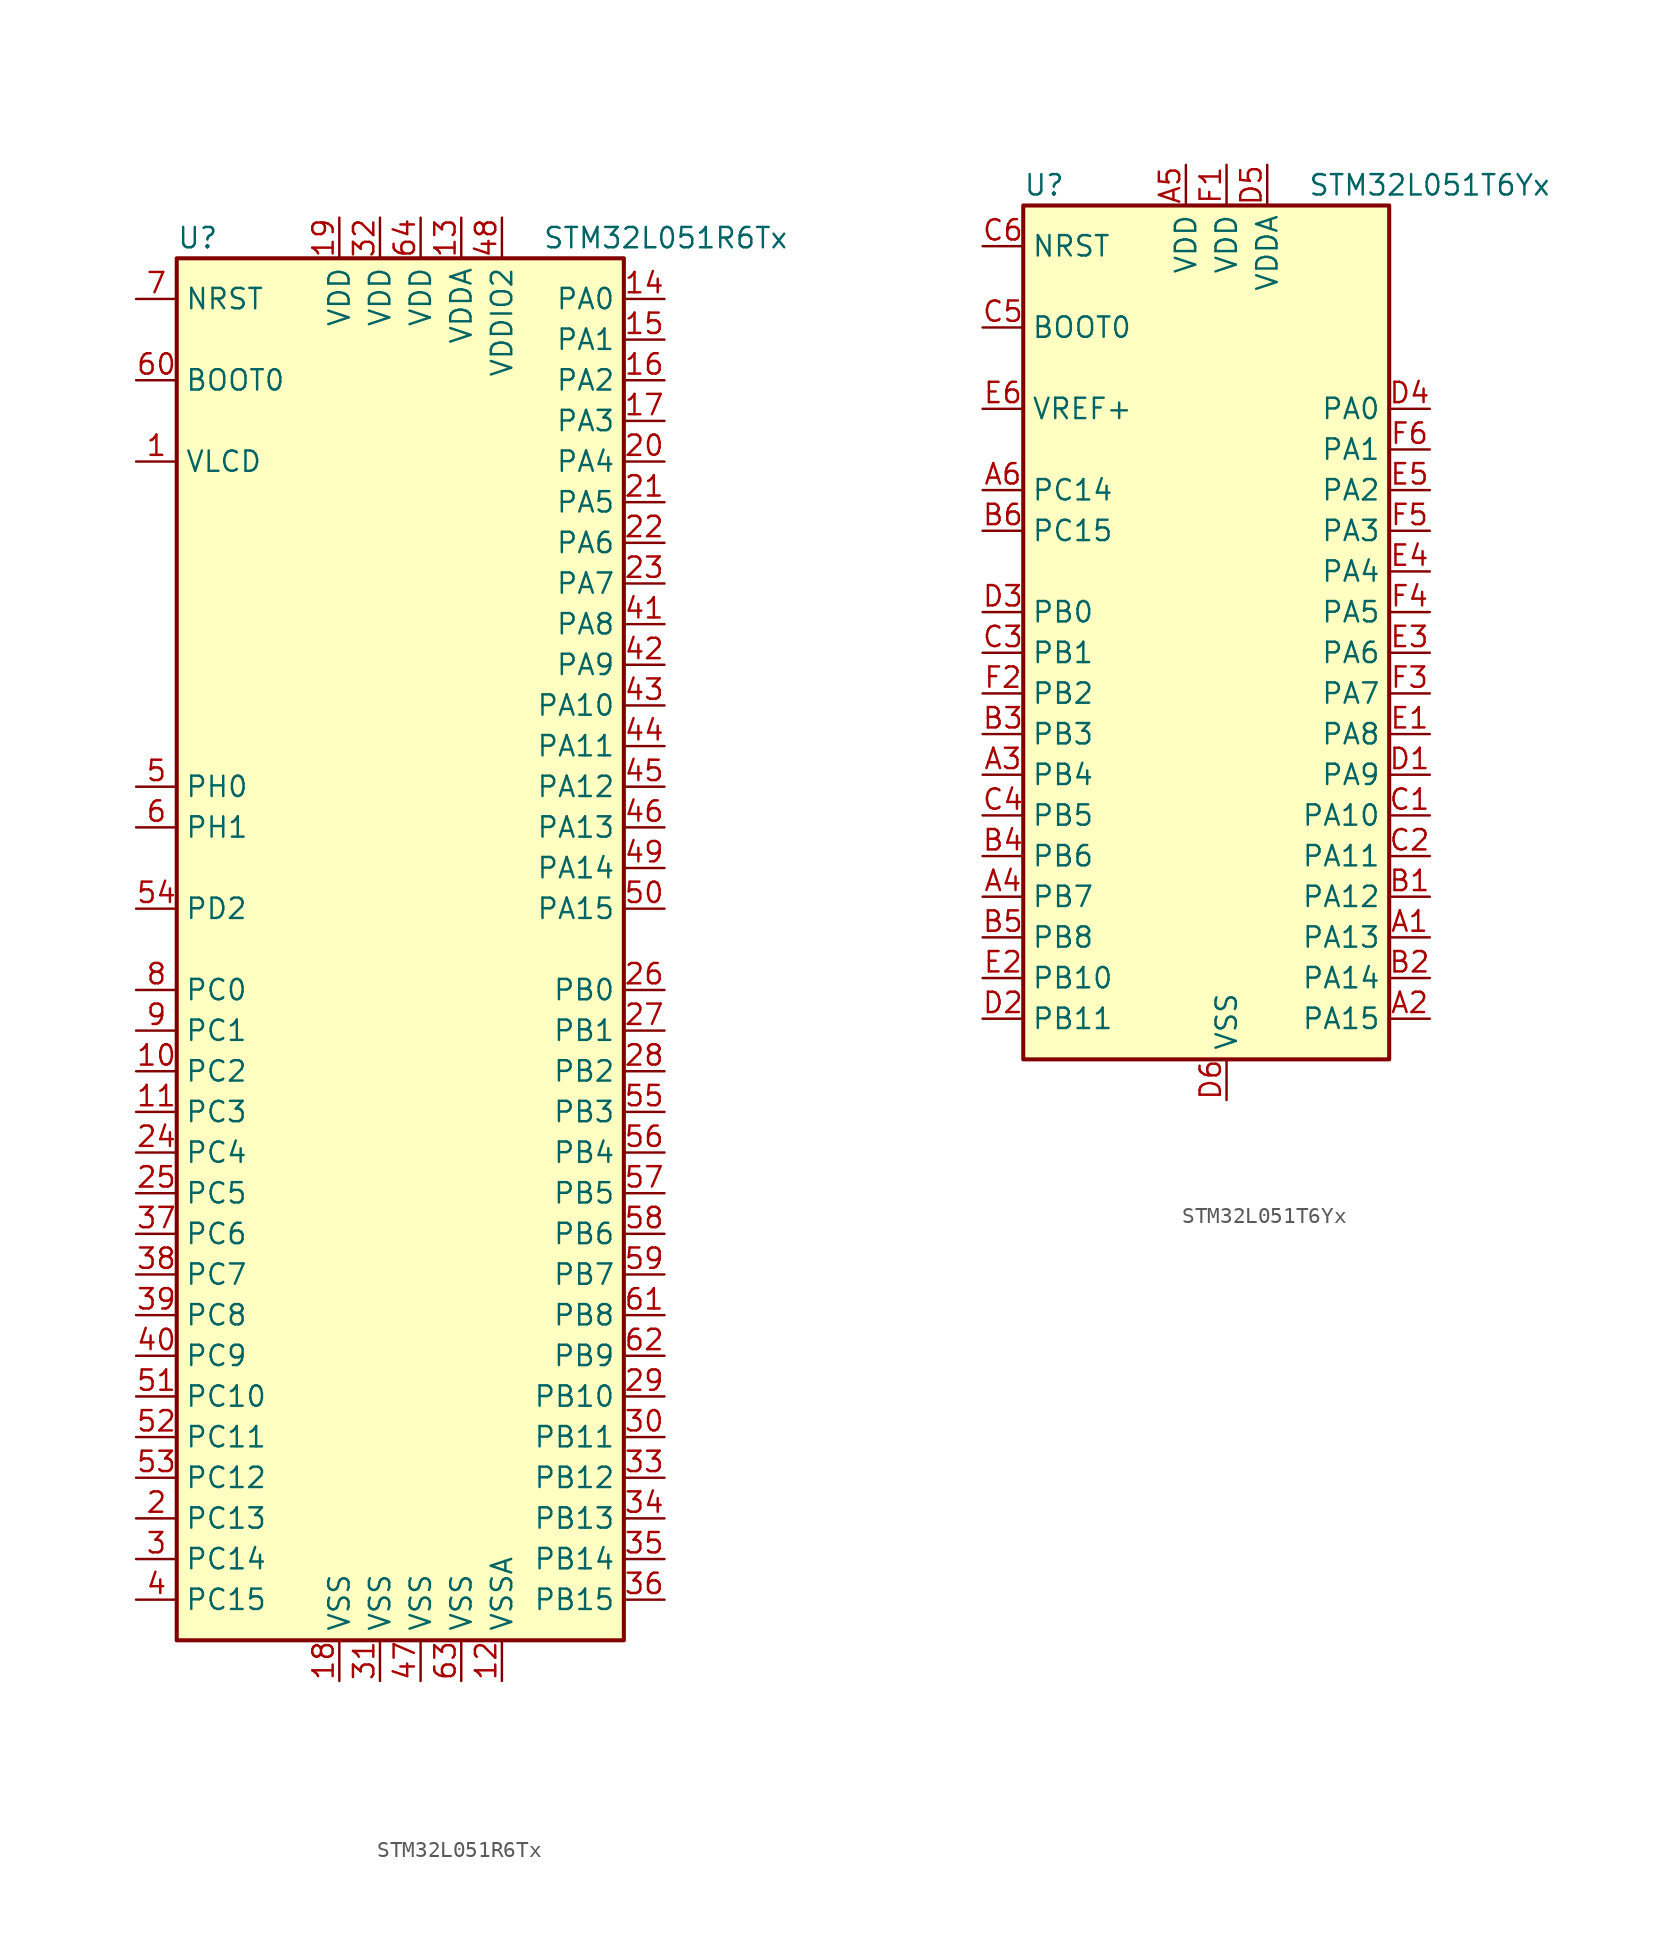
<source format=kicad_sym>
(kicad_symbol_lib
  (version 20211014)
  (generator kicad_symbol_editor)
  (symbol "STM32L051R6Tx"
    (property "Reference" "U"
      (at -15.24 44.45 0)
      (effects (font (size 1.27 1.27)) (justify left)))
    (property "Value" "STM32L051R6Tx"
      (at 7.62 44.45 0)
      (effects (font (size 1.27 1.27)) (justify left)))
    (symbol "STM32L051R6Tx_0_1"
      (rectangle (start -15.24 -43.18) (end 12.7 43.18) (stroke (width 0.254) (type default) (color 0 0 0 0)) (fill (type background))))
    (symbol "STM32L051R6Tx_1_1"
      (pin power_in line (at -17.78 30.48 0) (length 2.54) (name "VLCD" (effects (font (size 1.27 1.27)))) (number "1" (effects (font (size 1.27 1.27)))))
      (pin bidirectional line (at -17.78 -7.62 0) (length 2.54) (name "PC2" (effects (font (size 1.27 1.27)))) (number "10" (effects (font (size 1.27 1.27)))))
      (pin bidirectional line (at -17.78 -10.16 0) (length 2.54) (name "PC3" (effects (font (size 1.27 1.27)))) (number "11" (effects (font (size 1.27 1.27)))))
      (pin power_in line (at 5.08 -45.72 90) (length 2.54) (name "VSSA" (effects (font (size 1.27 1.27)))) (number "12" (effects (font (size 1.27 1.27)))))
      (pin power_in line (at 2.54 45.72 270) (length 2.54) (name "VDDA" (effects (font (size 1.27 1.27)))) (number "13" (effects (font (size 1.27 1.27)))))
      (pin bidirectional line (at 15.24 40.64 180) (length 2.54) (name "PA0" (effects (font (size 1.27 1.27)))) (number "14" (effects (font (size 1.27 1.27)))))
      (pin bidirectional line (at 15.24 38.1 180) (length 2.54) (name "PA1" (effects (font (size 1.27 1.27)))) (number "15" (effects (font (size 1.27 1.27)))))
      (pin bidirectional line (at 15.24 35.56 180) (length 2.54) (name "PA2" (effects (font (size 1.27 1.27)))) (number "16" (effects (font (size 1.27 1.27)))))
      (pin bidirectional line (at 15.24 33.02 180) (length 2.54) (name "PA3" (effects (font (size 1.27 1.27)))) (number "17" (effects (font (size 1.27 1.27)))))
      (pin power_in line (at -5.08 -45.72 90) (length 2.54) (name "VSS" (effects (font (size 1.27 1.27)))) (number "18" (effects (font (size 1.27 1.27)))))
      (pin power_in line (at -5.08 45.72 270) (length 2.54) (name "VDD" (effects (font (size 1.27 1.27)))) (number "19" (effects (font (size 1.27 1.27)))))
      (pin bidirectional line (at -17.78 -35.56 0) (length 2.54) (name "PC13" (effects (font (size 1.27 1.27)))) (number "2" (effects (font (size 1.27 1.27)))))
      (pin bidirectional line (at 15.24 30.48 180) (length 2.54) (name "PA4" (effects (font (size 1.27 1.27)))) (number "20" (effects (font (size 1.27 1.27)))))
      (pin bidirectional line (at 15.24 27.94 180) (length 2.54) (name "PA5" (effects (font (size 1.27 1.27)))) (number "21" (effects (font (size 1.27 1.27)))))
      (pin bidirectional line (at 15.24 25.4 180) (length 2.54) (name "PA6" (effects (font (size 1.27 1.27)))) (number "22" (effects (font (size 1.27 1.27)))))
      (pin bidirectional line (at 15.24 22.86 180) (length 2.54) (name "PA7" (effects (font (size 1.27 1.27)))) (number "23" (effects (font (size 1.27 1.27)))))
      (pin bidirectional line (at -17.78 -12.7 0) (length 2.54) (name "PC4" (effects (font (size 1.27 1.27)))) (number "24" (effects (font (size 1.27 1.27)))))
      (pin bidirectional line (at -17.78 -15.24 0) (length 2.54) (name "PC5" (effects (font (size 1.27 1.27)))) (number "25" (effects (font (size 1.27 1.27)))))
      (pin bidirectional line (at 15.24 -2.54 180) (length 2.54) (name "PB0" (effects (font (size 1.27 1.27)))) (number "26" (effects (font (size 1.27 1.27)))))
      (pin bidirectional line (at 15.24 -5.08 180) (length 2.54) (name "PB1" (effects (font (size 1.27 1.27)))) (number "27" (effects (font (size 1.27 1.27)))))
      (pin bidirectional line (at 15.24 -7.62 180) (length 2.54) (name "PB2" (effects (font (size 1.27 1.27)))) (number "28" (effects (font (size 1.27 1.27)))))
      (pin bidirectional line (at 15.24 -27.94 180) (length 2.54) (name "PB10" (effects (font (size 1.27 1.27)))) (number "29" (effects (font (size 1.27 1.27)))))
      (pin bidirectional line (at -17.78 -38.1 0) (length 2.54) (name "PC14" (effects (font (size 1.27 1.27)))) (number "3" (effects (font (size 1.27 1.27)))))
      (pin bidirectional line (at 15.24 -30.48 180) (length 2.54) (name "PB11" (effects (font (size 1.27 1.27)))) (number "30" (effects (font (size 1.27 1.27)))))
      (pin power_in line (at -2.54 -45.72 90) (length 2.54) (name "VSS" (effects (font (size 1.27 1.27)))) (number "31" (effects (font (size 1.27 1.27)))))
      (pin power_in line (at -2.54 45.72 270) (length 2.54) (name "VDD" (effects (font (size 1.27 1.27)))) (number "32" (effects (font (size 1.27 1.27)))))
      (pin bidirectional line (at 15.24 -33.02 180) (length 2.54) (name "PB12" (effects (font (size 1.27 1.27)))) (number "33" (effects (font (size 1.27 1.27)))))
      (pin bidirectional line (at 15.24 -35.56 180) (length 2.54) (name "PB13" (effects (font (size 1.27 1.27)))) (number "34" (effects (font (size 1.27 1.27)))))
      (pin bidirectional line (at 15.24 -38.1 180) (length 2.54) (name "PB14" (effects (font (size 1.27 1.27)))) (number "35" (effects (font (size 1.27 1.27)))))
      (pin bidirectional line (at 15.24 -40.64 180) (length 2.54) (name "PB15" (effects (font (size 1.27 1.27)))) (number "36" (effects (font (size 1.27 1.27)))))
      (pin bidirectional line (at -17.78 -17.78 0) (length 2.54) (name "PC6" (effects (font (size 1.27 1.27)))) (number "37" (effects (font (size 1.27 1.27)))))
      (pin bidirectional line (at -17.78 -20.32 0) (length 2.54) (name "PC7" (effects (font (size 1.27 1.27)))) (number "38" (effects (font (size 1.27 1.27)))))
      (pin bidirectional line (at -17.78 -22.86 0) (length 2.54) (name "PC8" (effects (font (size 1.27 1.27)))) (number "39" (effects (font (size 1.27 1.27)))))
      (pin bidirectional line (at -17.78 -40.64 0) (length 2.54) (name "PC15" (effects (font (size 1.27 1.27)))) (number "4" (effects (font (size 1.27 1.27)))))
      (pin bidirectional line (at -17.78 -25.4 0) (length 2.54) (name "PC9" (effects (font (size 1.27 1.27)))) (number "40" (effects (font (size 1.27 1.27)))))
      (pin bidirectional line (at 15.24 20.32 180) (length 2.54) (name "PA8" (effects (font (size 1.27 1.27)))) (number "41" (effects (font (size 1.27 1.27)))))
      (pin bidirectional line (at 15.24 17.78 180) (length 2.54) (name "PA9" (effects (font (size 1.27 1.27)))) (number "42" (effects (font (size 1.27 1.27)))))
      (pin bidirectional line (at 15.24 15.24 180) (length 2.54) (name "PA10" (effects (font (size 1.27 1.27)))) (number "43" (effects (font (size 1.27 1.27)))))
      (pin bidirectional line (at 15.24 12.7 180) (length 2.54) (name "PA11" (effects (font (size 1.27 1.27)))) (number "44" (effects (font (size 1.27 1.27)))))
      (pin bidirectional line (at 15.24 10.16 180) (length 2.54) (name "PA12" (effects (font (size 1.27 1.27)))) (number "45" (effects (font (size 1.27 1.27)))))
      (pin bidirectional line (at 15.24 7.62 180) (length 2.54) (name "PA13" (effects (font (size 1.27 1.27)))) (number "46" (effects (font (size 1.27 1.27)))))
      (pin power_in line (at 0 -45.72 90) (length 2.54) (name "VSS" (effects (font (size 1.27 1.27)))) (number "47" (effects (font (size 1.27 1.27)))))
      (pin power_in line (at 5.08 45.72 270) (length 2.54) (name "VDDIO2" (effects (font (size 1.27 1.27)))) (number "48" (effects (font (size 1.27 1.27)))))
      (pin bidirectional line (at 15.24 5.08 180) (length 2.54) (name "PA14" (effects (font (size 1.27 1.27)))) (number "49" (effects (font (size 1.27 1.27)))))
      (pin input line (at -17.78 10.16 0) (length 2.54) (name "PH0" (effects (font (size 1.27 1.27)))) (number "5" (effects (font (size 1.27 1.27)))))
      (pin bidirectional line (at 15.24 2.54 180) (length 2.54) (name "PA15" (effects (font (size 1.27 1.27)))) (number "50" (effects (font (size 1.27 1.27)))))
      (pin bidirectional line (at -17.78 -27.94 0) (length 2.54) (name "PC10" (effects (font (size 1.27 1.27)))) (number "51" (effects (font (size 1.27 1.27)))))
      (pin bidirectional line (at -17.78 -30.48 0) (length 2.54) (name "PC11" (effects (font (size 1.27 1.27)))) (number "52" (effects (font (size 1.27 1.27)))))
      (pin bidirectional line (at -17.78 -33.02 0) (length 2.54) (name "PC12" (effects (font (size 1.27 1.27)))) (number "53" (effects (font (size 1.27 1.27)))))
      (pin bidirectional line (at -17.78 2.54 0) (length 2.54) (name "PD2" (effects (font (size 1.27 1.27)))) (number "54" (effects (font (size 1.27 1.27)))))
      (pin bidirectional line (at 15.24 -10.16 180) (length 2.54) (name "PB3" (effects (font (size 1.27 1.27)))) (number "55" (effects (font (size 1.27 1.27)))))
      (pin bidirectional line (at 15.24 -12.7 180) (length 2.54) (name "PB4" (effects (font (size 1.27 1.27)))) (number "56" (effects (font (size 1.27 1.27)))))
      (pin bidirectional line (at 15.24 -15.24 180) (length 2.54) (name "PB5" (effects (font (size 1.27 1.27)))) (number "57" (effects (font (size 1.27 1.27)))))
      (pin bidirectional line (at 15.24 -17.78 180) (length 2.54) (name "PB6" (effects (font (size 1.27 1.27)))) (number "58" (effects (font (size 1.27 1.27)))))
      (pin bidirectional line (at 15.24 -20.32 180) (length 2.54) (name "PB7" (effects (font (size 1.27 1.27)))) (number "59" (effects (font (size 1.27 1.27)))))
      (pin input line (at -17.78 7.62 0) (length 2.54) (name "PH1" (effects (font (size 1.27 1.27)))) (number "6" (effects (font (size 1.27 1.27)))))
      (pin input line (at -17.78 35.56 0) (length 2.54) (name "BOOT0" (effects (font (size 1.27 1.27)))) (number "60" (effects (font (size 1.27 1.27)))))
      (pin bidirectional line (at 15.24 -22.86 180) (length 2.54) (name "PB8" (effects (font (size 1.27 1.27)))) (number "61" (effects (font (size 1.27 1.27)))))
      (pin bidirectional line (at 15.24 -25.4 180) (length 2.54) (name "PB9" (effects (font (size 1.27 1.27)))) (number "62" (effects (font (size 1.27 1.27)))))
      (pin power_in line (at 2.54 -45.72 90) (length 2.54) (name "VSS" (effects (font (size 1.27 1.27)))) (number "63" (effects (font (size 1.27 1.27)))))
      (pin power_in line (at 0 45.72 270) (length 2.54) (name "VDD" (effects (font (size 1.27 1.27)))) (number "64" (effects (font (size 1.27 1.27)))))
      (pin input line (at -17.78 40.64 0) (length 2.54) (name "NRST" (effects (font (size 1.27 1.27)))) (number "7" (effects (font (size 1.27 1.27)))))
      (pin bidirectional line (at -17.78 -2.54 0) (length 2.54) (name "PC0" (effects (font (size 1.27 1.27)))) (number "8" (effects (font (size 1.27 1.27)))))
      (pin bidirectional line (at -17.78 -5.08 0) (length 2.54) (name "PC1" (effects (font (size 1.27 1.27)))) (number "9" (effects (font (size 1.27 1.27)))))))
  (symbol "STM32L051T6Yx"
    (property "Reference" "U"
      (at -12.7 26.67 0)
      (effects (font (size 1.27 1.27)) (justify left)))
    (property "Value" "STM32L051T6Yx"
      (at 5.08 26.67 0)
      (effects (font (size 1.27 1.27)) (justify left)))
    (symbol "STM32L051T6Yx_0_1"
      (rectangle (start -12.7 -27.94) (end 10.16 25.4) (stroke (width 0.254) (type default) (color 0 0 0 0)) (fill (type background))))
    (symbol "STM32L051T6Yx_1_1"
      (pin bidirectional line (at 12.7 -20.32 180) (length 2.54) (name "PA13" (effects (font (size 1.27 1.27)))) (number "A1" (effects (font (size 1.27 1.27)))))
      (pin bidirectional line (at 12.7 -25.4 180) (length 2.54) (name "PA15" (effects (font (size 1.27 1.27)))) (number "A2" (effects (font (size 1.27 1.27)))))
      (pin bidirectional line (at -15.24 -10.16 0) (length 2.54) (name "PB4" (effects (font (size 1.27 1.27)))) (number "A3" (effects (font (size 1.27 1.27)))))
      (pin bidirectional line (at -15.24 -17.78 0) (length 2.54) (name "PB7" (effects (font (size 1.27 1.27)))) (number "A4" (effects (font (size 1.27 1.27)))))
      (pin power_in line (at -2.54 27.94 270) (length 2.54) (name "VDD" (effects (font (size 1.27 1.27)))) (number "A5" (effects (font (size 1.27 1.27)))))
      (pin bidirectional line (at -15.24 7.62 0) (length 2.54) (name "PC14" (effects (font (size 1.27 1.27)))) (number "A6" (effects (font (size 1.27 1.27)))))
      (pin bidirectional line (at 12.7 -17.78 180) (length 2.54) (name "PA12" (effects (font (size 1.27 1.27)))) (number "B1" (effects (font (size 1.27 1.27)))))
      (pin bidirectional line (at 12.7 -22.86 180) (length 2.54) (name "PA14" (effects (font (size 1.27 1.27)))) (number "B2" (effects (font (size 1.27 1.27)))))
      (pin bidirectional line (at -15.24 -7.62 0) (length 2.54) (name "PB3" (effects (font (size 1.27 1.27)))) (number "B3" (effects (font (size 1.27 1.27)))))
      (pin bidirectional line (at -15.24 -15.24 0) (length 2.54) (name "PB6" (effects (font (size 1.27 1.27)))) (number "B4" (effects (font (size 1.27 1.27)))))
      (pin bidirectional line (at -15.24 -20.32 0) (length 2.54) (name "PB8" (effects (font (size 1.27 1.27)))) (number "B5" (effects (font (size 1.27 1.27)))))
      (pin bidirectional line (at -15.24 5.08 0) (length 2.54) (name "PC15" (effects (font (size 1.27 1.27)))) (number "B6" (effects (font (size 1.27 1.27)))))
      (pin bidirectional line (at 12.7 -12.7 180) (length 2.54) (name "PA10" (effects (font (size 1.27 1.27)))) (number "C1" (effects (font (size 1.27 1.27)))))
      (pin bidirectional line (at 12.7 -15.24 180) (length 2.54) (name "PA11" (effects (font (size 1.27 1.27)))) (number "C2" (effects (font (size 1.27 1.27)))))
      (pin bidirectional line (at -15.24 -2.54 0) (length 2.54) (name "PB1" (effects (font (size 1.27 1.27)))) (number "C3" (effects (font (size 1.27 1.27)))))
      (pin bidirectional line (at -15.24 -12.7 0) (length 2.54) (name "PB5" (effects (font (size 1.27 1.27)))) (number "C4" (effects (font (size 1.27 1.27)))))
      (pin input line (at -15.24 17.78 0) (length 2.54) (name "BOOT0" (effects (font (size 1.27 1.27)))) (number "C5" (effects (font (size 1.27 1.27)))))
      (pin input line (at -15.24 22.86 0) (length 2.54) (name "NRST" (effects (font (size 1.27 1.27)))) (number "C6" (effects (font (size 1.27 1.27)))))
      (pin bidirectional line (at 12.7 -10.16 180) (length 2.54) (name "PA9" (effects (font (size 1.27 1.27)))) (number "D1" (effects (font (size 1.27 1.27)))))
      (pin bidirectional line (at -15.24 -25.4 0) (length 2.54) (name "PB11" (effects (font (size 1.27 1.27)))) (number "D2" (effects (font (size 1.27 1.27)))))
      (pin bidirectional line (at -15.24 0 0) (length 2.54) (name "PB0" (effects (font (size 1.27 1.27)))) (number "D3" (effects (font (size 1.27 1.27)))))
      (pin bidirectional line (at 12.7 12.7 180) (length 2.54) (name "PA0" (effects (font (size 1.27 1.27)))) (number "D4" (effects (font (size 1.27 1.27)))))
      (pin power_in line (at 2.54 27.94 270) (length 2.54) (name "VDDA" (effects (font (size 1.27 1.27)))) (number "D5" (effects (font (size 1.27 1.27)))))
      (pin power_in line (at 0 -30.48 90) (length 2.54) (name "VSS" (effects (font (size 1.27 1.27)))) (number "D6" (effects (font (size 1.27 1.27)))))
      (pin bidirectional line (at 12.7 -7.62 180) (length 2.54) (name "PA8" (effects (font (size 1.27 1.27)))) (number "E1" (effects (font (size 1.27 1.27)))))
      (pin bidirectional line (at -15.24 -22.86 0) (length 2.54) (name "PB10" (effects (font (size 1.27 1.27)))) (number "E2" (effects (font (size 1.27 1.27)))))
      (pin bidirectional line (at 12.7 -2.54 180) (length 2.54) (name "PA6" (effects (font (size 1.27 1.27)))) (number "E3" (effects (font (size 1.27 1.27)))))
      (pin bidirectional line (at 12.7 2.54 180) (length 2.54) (name "PA4" (effects (font (size 1.27 1.27)))) (number "E4" (effects (font (size 1.27 1.27)))))
      (pin bidirectional line (at 12.7 7.62 180) (length 2.54) (name "PA2" (effects (font (size 1.27 1.27)))) (number "E5" (effects (font (size 1.27 1.27)))))
      (pin power_in line (at -15.24 12.7 0) (length 2.54) (name "VREF+" (effects (font (size 1.27 1.27)))) (number "E6" (effects (font (size 1.27 1.27)))))
      (pin power_in line (at 0 27.94 270) (length 2.54) (name "VDD" (effects (font (size 1.27 1.27)))) (number "F1" (effects (font (size 1.27 1.27)))))
      (pin bidirectional line (at -15.24 -5.08 0) (length 2.54) (name "PB2" (effects (font (size 1.27 1.27)))) (number "F2" (effects (font (size 1.27 1.27)))))
      (pin bidirectional line (at 12.7 -5.08 180) (length 2.54) (name "PA7" (effects (font (size 1.27 1.27)))) (number "F3" (effects (font (size 1.27 1.27)))))
      (pin bidirectional line (at 12.7 0 180) (length 2.54) (name "PA5" (effects (font (size 1.27 1.27)))) (number "F4" (effects (font (size 1.27 1.27)))))
      (pin bidirectional line (at 12.7 5.08 180) (length 2.54) (name "PA3" (effects (font (size 1.27 1.27)))) (number "F5" (effects (font (size 1.27 1.27)))))
      (pin bidirectional line (at 12.7 10.16 180) (length 2.54) (name "PA1" (effects (font (size 1.27 1.27)))) (number "F6" (effects (font (size 1.27 1.27))))))))
</source>
